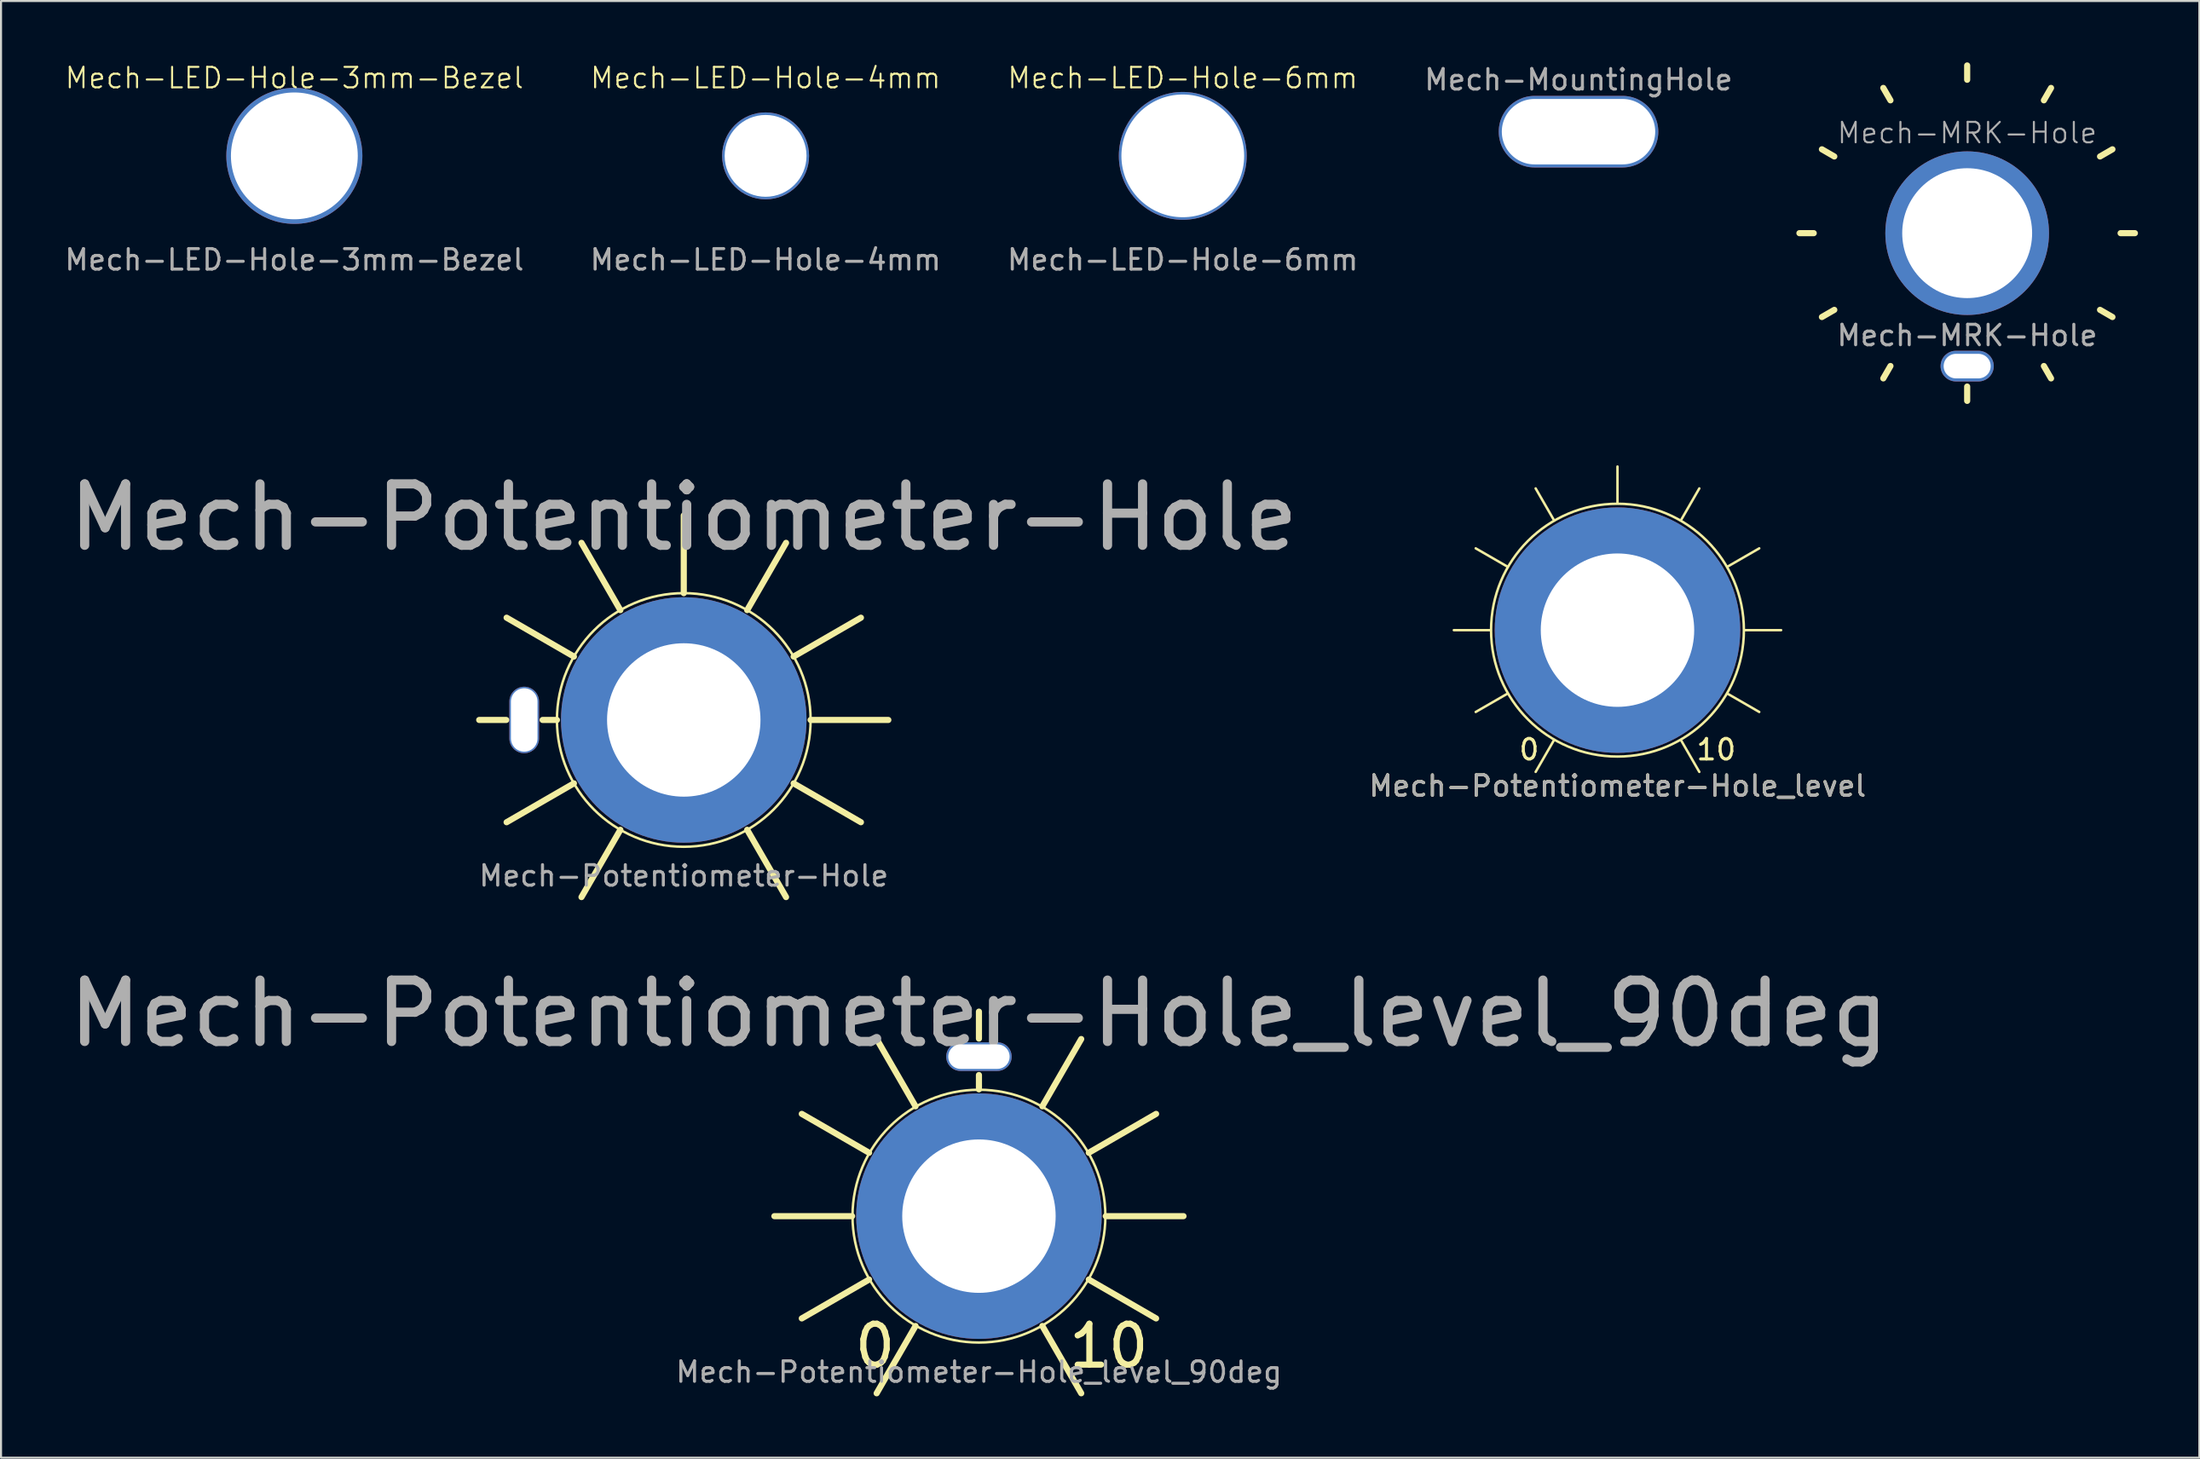
<source format=kicad_pcb>
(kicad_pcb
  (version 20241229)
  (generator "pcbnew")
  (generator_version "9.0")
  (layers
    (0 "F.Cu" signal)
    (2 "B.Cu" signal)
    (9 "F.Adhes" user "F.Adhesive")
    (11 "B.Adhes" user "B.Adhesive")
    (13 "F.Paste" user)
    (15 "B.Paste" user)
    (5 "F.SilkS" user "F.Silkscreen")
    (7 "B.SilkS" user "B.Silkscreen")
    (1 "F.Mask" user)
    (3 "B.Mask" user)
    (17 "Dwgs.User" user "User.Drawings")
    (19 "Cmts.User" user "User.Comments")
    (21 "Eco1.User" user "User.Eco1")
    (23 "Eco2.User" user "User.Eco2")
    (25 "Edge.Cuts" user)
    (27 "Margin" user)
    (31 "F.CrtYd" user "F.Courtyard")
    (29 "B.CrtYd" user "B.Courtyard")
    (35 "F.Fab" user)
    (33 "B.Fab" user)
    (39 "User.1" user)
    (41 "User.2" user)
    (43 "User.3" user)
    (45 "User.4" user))
  (footprint "Mech-LED-Hole-3mm-Bezel"
    (layer "F.Cu")
    (at 11.339 4.571)
    (property "Reference" "Mech-LED-Hole-3mm-Bezel" (at 0 -3.81 0) (unlocked yes) (layer "F.SilkS") (effects (font (size 1 1) (thickness 0.1))))
    (attr through_hole)
    (fp_text user "${REFERENCE}" (at 0 5.08 0) (unlocked yes) (layer "F.Fab") (effects (font (size 1 1) (thickness 0.15))))
    (pad "1" thru_hole circle (at 0 0) (size 6.65 6.65) (drill 6.2) (layers "*.Cu" "*.Mask")))
  (footprint "Mech-MountingHole"
    (layer "F.Cu")
    (at 74.113 3.388)
    (property "Reference" "Mech-MountingHole" (at 0 -2.54 0) (unlocked yes) (layer "F.Fab") (effects (font (size 1 1) (thickness 0.15))))
    (attr through_hole)
    (pad "1" thru_hole oval (at 0 0 90) (size 3.5 7.8) (drill oval 3.2 7.5) (layers "*.Cu" "*.Mask")))
  (footprint "Mech-Potentiometer-Hole"
    (layer "F.Cu")
    (at 30.375 32.151)
    (property "Reference" "Mech-Potentiometer-Hole" (at 0 -9.906 0) (unlocked yes) (layer "F.Fab") (effects (font (size 3 3) (thickness 0.45))))
    (attr through_hole)
    (fp_line (start -8.68 0) (end -10 0) (stroke (width 0.3) (type solid)) (layer "F.SilkS"))
    (fp_line (start -6.2 0) (end -6.9 0) (stroke (width 0.3) (type solid)) (layer "F.SilkS"))
    (fp_line (start -5.37 -3.1) (end -8.66 -5) (stroke (width 0.3) (type solid)) (layer "F.SilkS"))
    (fp_line (start -5.37 3.1) (end -8.66 5) (stroke (width 0.3) (type solid)) (layer "F.SilkS"))
    (fp_line (start -3.1 -5.37) (end -5 -8.66) (stroke (width 0.3) (type solid)) (layer "F.SilkS"))
    (fp_line (start -3.1 5.37) (end -5 8.66) (stroke (width 0.3) (type solid)) (layer "F.SilkS"))
    (fp_line (start 0 -6.2) (end 0 -10) (stroke (width 0.3) (type solid)) (layer "F.SilkS"))
    (fp_line (start 3.1 -5.37) (end 5 -8.66) (stroke (width 0.3) (type solid)) (layer "F.SilkS"))
    (fp_line (start 3.1 5.37) (end 5 8.66) (stroke (width 0.3) (type solid)) (layer "F.SilkS"))
    (fp_line (start 5.37 -3.1) (end 8.66 -5) (stroke (width 0.3) (type solid)) (layer "F.SilkS"))
    (fp_line (start 5.37 3.1) (end 8.66 5) (stroke (width 0.3) (type solid)) (layer "F.SilkS"))
    (fp_line (start 6.2 0) (end 10 0) (stroke (width 0.3) (type solid)) (layer "F.SilkS"))
    (fp_circle (center 0 0) (end 6.2 0) (stroke (width 0.12) (type solid)) (fill no) (layer "F.SilkS"))
    (fp_text user "${REFERENCE}" (at 0 7.62 0) (unlocked yes) (layer "F.Fab") (effects (font (size 1 1) (thickness 0.15))))
    (pad "" thru_hole oval (at -7.8 0) (size 1.45 3.25) (drill oval 1.3 3.1) (layers "*.Cu" "*.Mask"))
    (pad "1" thru_hole circle (at 0 0) (size 12 12) (drill 7.5) (layers "*.Cu" "*.Mask")))
  (footprint "Mech-Potentiometer-Hole_level_90deg"
    (layer "F.Cu")
    (at 44.804 56.411)
    (property "Reference" "Mech-Potentiometer-Hole_level_90deg" (at 0 -9.906 0) (unlocked yes) (layer "F.Fab") (effects (font (size 3 3) (thickness 0.45))))
    (attr through_hole)
    (fp_line (start -6.2 0) (end -10 0) (stroke (width 0.3) (type solid)) (layer "F.SilkS"))
    (fp_line (start -5.37 -3.1) (end -8.66 -5) (stroke (width 0.3) (type solid)) (layer "F.SilkS"))
    (fp_line (start -5.37 3.1) (end -8.66 5) (stroke (width 0.3) (type solid)) (layer "F.SilkS"))
    (fp_line (start -3.1 -5.37) (end -5 -8.66) (stroke (width 0.3) (type solid)) (layer "F.SilkS"))
    (fp_line (start -3.1 5.37) (end -5 8.66) (stroke (width 0.3) (type solid)) (layer "F.SilkS"))
    (fp_line (start 0 -8.68) (end 0 -10) (stroke (width 0.3) (type solid)) (layer "F.SilkS"))
    (fp_line (start 0 -6.2) (end 0 -6.9) (stroke (width 0.3) (type solid)) (layer "F.SilkS"))
    (fp_line (start 3.1 -5.37) (end 5 -8.66) (stroke (width 0.3) (type solid)) (layer "F.SilkS"))
    (fp_line (start 3.1 5.37) (end 5 8.66) (stroke (width 0.3) (type solid)) (layer "F.SilkS"))
    (fp_line (start 5.37 -3.1) (end 8.66 -5) (stroke (width 0.3) (type solid)) (layer "F.SilkS"))
    (fp_line (start 5.37 3.1) (end 8.66 5) (stroke (width 0.3) (type solid)) (layer "F.SilkS"))
    (fp_line (start 6.2 0) (end 10 0) (stroke (width 0.3) (type solid)) (layer "F.SilkS"))
    (fp_circle (center 0 0) (end 6.18 0) (stroke (width 0.12) (type solid)) (fill no) (layer "F.SilkS"))
    (fp_text user "10" (at 6.35 6.35 0) (unlocked yes) (layer "F.SilkS") (effects (font (size 2 2) (thickness 0.3))))
    (fp_text user "0" (at -5.08 6.35 0) (unlocked yes) (layer "F.SilkS") (effects (font (size 2 2) (thickness 0.3))))
    (fp_text user "${REFERENCE}" (at 0 7.62 0) (unlocked yes) (layer "F.Fab") (effects (font (size 1 1) (thickness 0.15))))
    (pad "" thru_hole oval (at 0 -7.8) (size 3.2 1.4) (drill oval 3 1.2) (layers "*.Cu" "*.Mask"))
    (pad "1" thru_hole circle (at 0 0) (size 12 12) (drill 7.5) (layers "*.Cu" "*.Mask")))
  (footprint "Mech-LED-Hole-6mm"
    (layer "F.Cu")
    (at 54.768 4.571)
    (property "Reference" "Mech-LED-Hole-6mm" (at 0 -3.81 0) (unlocked yes) (layer "F.SilkS") (effects (font (size 1 1) (thickness 0.1))))
    (attr through_hole)
    (fp_text user "${REFERENCE}" (at 0 5.08 0) (unlocked yes) (layer "F.Fab") (effects (font (size 1 1) (thickness 0.15))))
    (pad "" thru_hole circle (at 0 0) (size 6.25 6.25) (drill 6) (layers "*.Cu" "*.Mask")))
  (footprint "Mech-LED-Hole-4mm"
    (layer "F.Cu")
    (at 34.375 4.571)
    (property "Reference" "Mech-LED-Hole-4mm" (at 0 -3.81 0) (unlocked yes) (layer "F.SilkS") (effects (font (size 1 1) (thickness 0.1))))
    (attr through_hole)
    (fp_text user "${REFERENCE}" (at 0 5.08 0) (unlocked yes) (layer "F.Fab") (effects (font (size 1 1) (thickness 0.15))))
    (pad "1" thru_hole circle (at 0 0) (size 4.25 4.25) (drill 4) (layers "*.Cu" "*.Mask")))
  (footprint "Mech-MRK-Hole"
    (layer "F.Cu")
    (at 93.112 8.35)
    (property "Reference" "Mech-MRK-Hole" (at 0 -4.9 0) (unlocked yes) (layer "F.Fab") (effects (font (size 1 1) (thickness 0.1))))
    (attr through_hole)
    (fp_line (start -7.5 0) (end -8.2 0) (stroke (width 0.3) (type solid)) (layer "F.SilkS"))
    (fp_line (start -6.495 -3.75) (end -7.101 -4.1) (stroke (width 0.3) (type solid)) (layer "F.SilkS"))
    (fp_line (start -6.495 3.75) (end -7.101 4.1) (stroke (width 0.3) (type solid)) (layer "F.SilkS"))
    (fp_line (start -3.75 -6.495) (end -4.1 -7.101) (stroke (width 0.3) (type solid)) (layer "F.SilkS"))
    (fp_line (start -3.75 6.495) (end -4.1 7.101) (stroke (width 0.3) (type solid)) (layer "F.SilkS"))
    (fp_line (start 0 -7.5) (end 0 -8.2) (stroke (width 0.3) (type solid)) (layer "F.SilkS"))
    (fp_line (start 0 7.5) (end 0 8.2) (stroke (width 0.3) (type solid)) (layer "F.SilkS"))
    (fp_line (start 3.75 -6.495) (end 4.1 -7.101) (stroke (width 0.3) (type solid)) (layer "F.SilkS"))
    (fp_line (start 3.75 6.495) (end 4.1 7.101) (stroke (width 0.3) (type solid)) (layer "F.SilkS"))
    (fp_line (start 6.495 -3.75) (end 7.101 -4.1) (stroke (width 0.3) (type solid)) (layer "F.SilkS"))
    (fp_line (start 6.495 3.75) (end 7.101 4.1) (stroke (width 0.3) (type solid)) (layer "F.SilkS"))
    (fp_line (start 7.5 0) (end 8.2 0) (stroke (width 0.3) (type solid)) (layer "F.SilkS"))
    (fp_text user "${REFERENCE}" (at 0 5 0) (unlocked yes) (layer "F.Fab") (effects (font (size 1 1) (thickness 0.15))))
    (pad "" thru_hole oval (at 0 6.5) (size 2.6 1.5) (drill oval 2.3 1.2) (layers "*.Cu" "*.Mask"))
    (pad "1" thru_hole circle (at 0 0) (size 8 8) (drill 6.35) (layers "*.Cu" "*.Mask")))
  (footprint "Mech-Potentiometer-Hole_level"
    (layer "F.Cu")
    (at 76.018 27.76)
    (property "Reference" "Mech-Potentiometer-Hole_level" (at 0 7.62 0) (unlocked yes) (layer "F.SilkS") (effects (font (size 1 1) (thickness 0.15))))
    (attr through_hole)
    (fp_line (start -6.2 0) (end -8 0) (stroke (width 0.12) (type solid)) (layer "F.SilkS"))
    (fp_line (start -5.37 -3.1) (end -6.93 -4) (stroke (width 0.12) (type solid)) (layer "F.SilkS"))
    (fp_line (start -5.37 3.1) (end -6.93 4) (stroke (width 0.12) (type solid)) (layer "F.SilkS"))
    (fp_line (start -3.1 -5.37) (end -4 -6.93) (stroke (width 0.12) (type solid)) (layer "F.SilkS"))
    (fp_line (start -3.1 5.37) (end -4 6.93) (stroke (width 0.12) (type solid)) (layer "F.SilkS"))
    (fp_line (start 0 -6.2) (end 0 -8) (stroke (width 0.12) (type solid)) (layer "F.SilkS"))
    (fp_line (start 3.1 -5.37) (end 4 -6.93) (stroke (width 0.12) (type solid)) (layer "F.SilkS"))
    (fp_line (start 3.1 5.37) (end 4 6.93) (stroke (width 0.12) (type solid)) (layer "F.SilkS"))
    (fp_line (start 5.37 -3.1) (end 6.93 -4) (stroke (width 0.12) (type solid)) (layer "F.SilkS"))
    (fp_line (start 5.37 3.1) (end 6.93 4) (stroke (width 0.12) (type solid)) (layer "F.SilkS"))
    (fp_line (start 6.2 0) (end 8 0) (stroke (width 0.12) (type solid)) (layer "F.SilkS"))
    (fp_circle (center 0 0) (end 6.18 0) (stroke (width 0.12) (type solid)) (fill no) (layer "F.SilkS"))
    (fp_text user "10" (at 4.826 5.842 0) (unlocked yes) (layer "F.SilkS") (effects (font (size 1 1) (thickness 0.15))))
    (fp_text user "0" (at -4.318 5.842 0) (unlocked yes) (layer "F.SilkS") (effects (font (size 1 1) (thickness 0.15))))
    (fp_text user "${REFERENCE}" (at 0 7.62 0) (unlocked yes) (layer "F.Fab") (effects (font (size 1 1) (thickness 0.15))))
    (pad "1" thru_hole circle (at 0 0) (size 12 12) (drill 7.5) (layers "*.Cu" "*.Mask")))
  (gr_rect
    (start -3 -3)
    (end 104.462 68.222)
    (stroke (width 0.1) (type default))
    (fill no)
    (layer "Edge.Cuts")))
</source>
